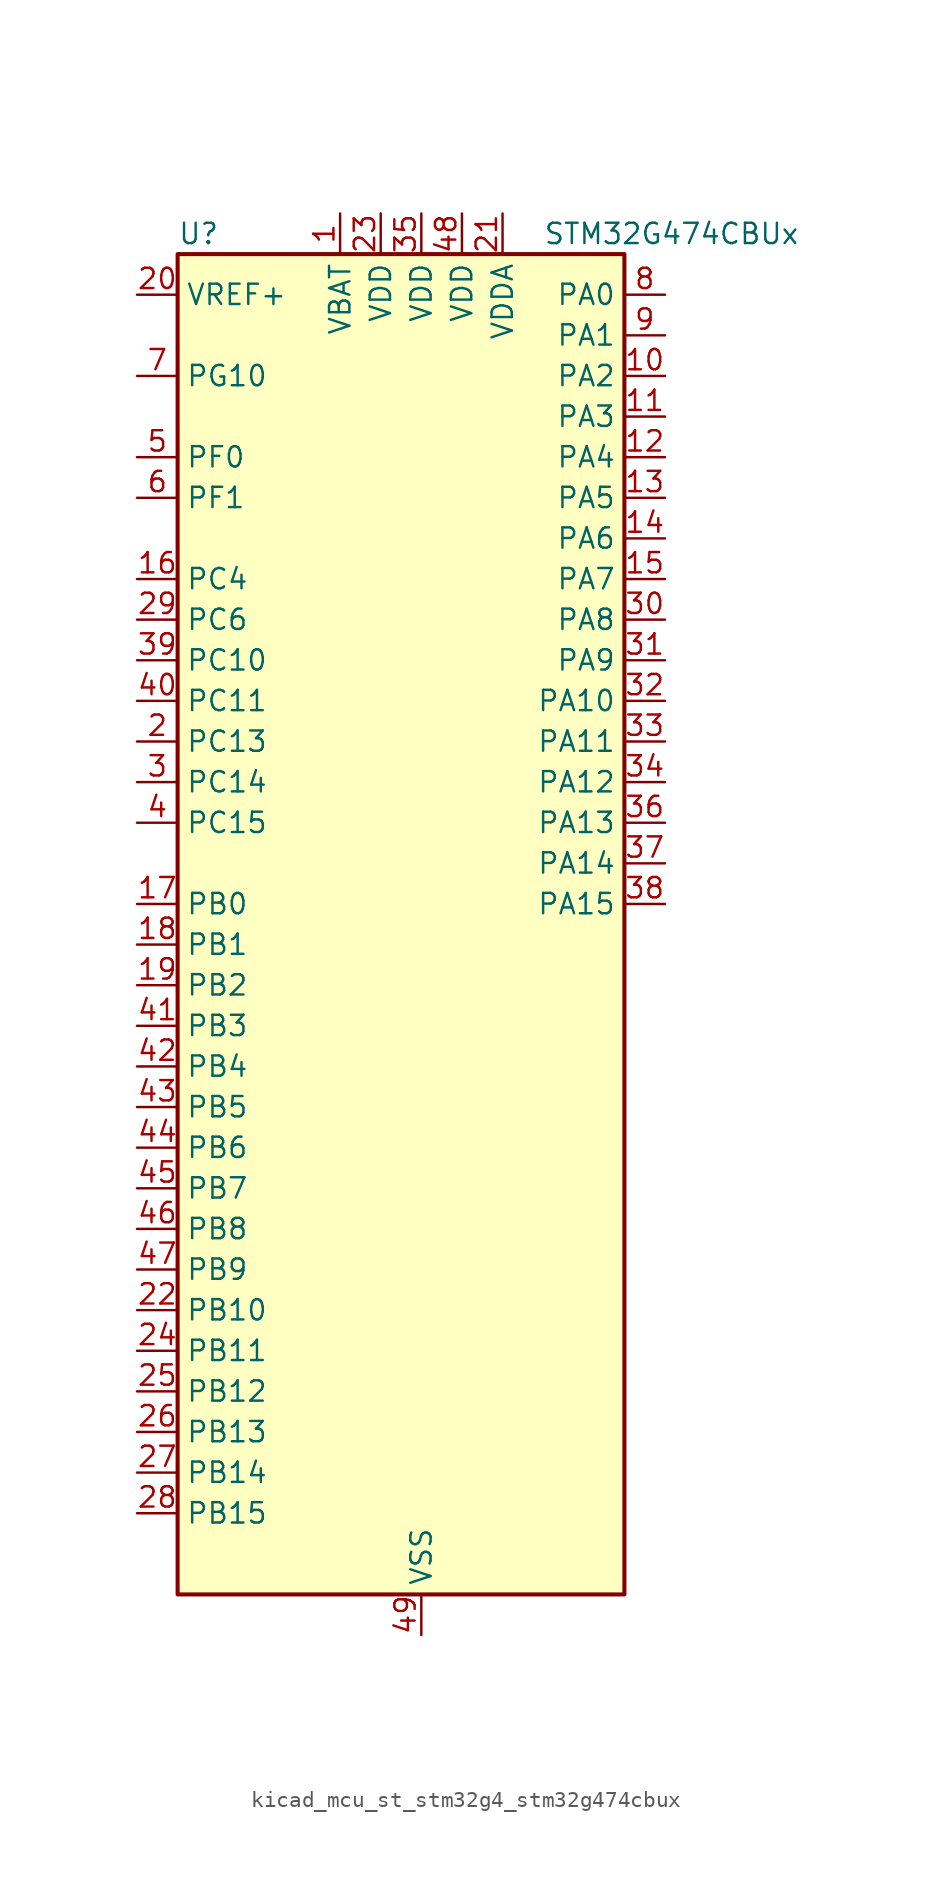
<source format=kicad_sym>
(kicad_symbol_lib
  (version 20220914)
  (generator kicad_symbol_editor)
  (symbol "kicad_mcu_st_stm32g4_stm32g474cbux"
    (property "Reference" "U"
      (at -12.7 44.45 0)
      (effects (font (size 1.27 1.27)) (justify left)))
    (property "Value" "STM32G474CBUx"
      (at 10.16 44.45 0)
      (effects (font (size 1.27 1.27)) (justify left)))
    (property "ki_locked" ""
      (at 0 0 0)
      (effects (font (size 1.27 1.27))))
    (symbol "kicad_mcu_st_stm32g4_stm32g474cbux_0_1"
      (rectangle (start -12.7 -40.64) (end 15.24 43.18) (stroke (width 0.254) (type default)) (fill (type background))))
    (symbol "kicad_mcu_st_stm32g4_stm32g474cbux_1_1"
      (pin power_in line (at -2.54 45.72 270) (length 2.54) (name "VBAT" (effects (font (size 1.27 1.27)))) (number "1" (effects (font (size 1.27 1.27)))))
      (pin bidirectional line (at 17.78 35.56 180) (length 2.54) (name "PA2" (effects (font (size 1.27 1.27)))) (number "10" (effects (font (size 1.27 1.27)))) (alternate "ADC1_IN3" bidirectional line) (alternate "ADC3_EXTI2" bidirectional line) (alternate "ADC4_EXTI2" bidirectional line) (alternate "ADC5_EXTI2" bidirectional line) (alternate "COMP2_INM" bidirectional line) (alternate "COMP2_OUT" bidirectional line) (alternate "LPUART1_TX" bidirectional line) (alternate "OPAMP1_VOUT" bidirectional line) (alternate "QUADSPI1_BK1_NCS" bidirectional line) (alternate "RCC_LSCO" bidirectional line) (alternate "SYS_WKUP4" bidirectional line) (alternate "TIM15_CH1" bidirectional line) (alternate "TIM2_CH3" bidirectional line) (alternate "TIM5_CH3" bidirectional line) (alternate "UCPD1_FRSTX1" bidirectional line) (alternate "UCPD1_FRSTX2" bidirectional line) (alternate "USART2_TX" bidirectional line))
      (pin bidirectional line (at 17.78 33.02 180) (length 2.54) (name "PA3" (effects (font (size 1.27 1.27)))) (number "11" (effects (font (size 1.27 1.27)))) (alternate "ADC1_IN4" bidirectional line) (alternate "ADC3_EXTI3" bidirectional line) (alternate "ADC4_EXTI3" bidirectional line) (alternate "ADC5_EXTI3" bidirectional line) (alternate "COMP2_INP" bidirectional line) (alternate "LPUART1_RX" bidirectional line) (alternate "OPAMP1_VINM" bidirectional line) (alternate "OPAMP1_VINM0" bidirectional line) (alternate "OPAMP1_VINM_SEC" bidirectional line) (alternate "OPAMP1_VINP" bidirectional line) (alternate "OPAMP1_VINP_SEC" bidirectional line) (alternate "OPAMP5_VINM" bidirectional line) (alternate "OPAMP5_VINM1" bidirectional line) (alternate "OPAMP5_VINM_SEC" bidirectional line) (alternate "QUADSPI1_CLK" bidirectional line) (alternate "SAI1_CK1" bidirectional line) (alternate "SAI1_MCLK_A" bidirectional line) (alternate "TIM15_CH2" bidirectional line) (alternate "TIM2_CH4" bidirectional line) (alternate "TIM5_CH4" bidirectional line) (alternate "USART2_RX" bidirectional line))
      (pin bidirectional line (at 17.78 30.48 180) (length 2.54) (name "PA4" (effects (font (size 1.27 1.27)))) (number "12" (effects (font (size 1.27 1.27)))) (alternate "ADC2_IN17" bidirectional line) (alternate "COMP1_INM" bidirectional line) (alternate "DAC1_OUT1" bidirectional line) (alternate "I2S3_WS" bidirectional line) (alternate "SAI1_FS_B" bidirectional line) (alternate "SPI1_NSS" bidirectional line) (alternate "SPI3_NSS" bidirectional line) (alternate "TIM3_CH2" bidirectional line) (alternate "USART2_CK" bidirectional line))
      (pin bidirectional line (at 17.78 27.94 180) (length 2.54) (name "PA5" (effects (font (size 1.27 1.27)))) (number "13" (effects (font (size 1.27 1.27)))) (alternate "ADC2_IN13" bidirectional line) (alternate "COMP2_INM" bidirectional line) (alternate "DAC1_OUT2" bidirectional line) (alternate "OPAMP2_VINM" bidirectional line) (alternate "OPAMP2_VINM0" bidirectional line) (alternate "OPAMP2_VINM_SEC" bidirectional line) (alternate "SPI1_SCK" bidirectional line) (alternate "TIM2_CH1" bidirectional line) (alternate "TIM2_ETR" bidirectional line) (alternate "UCPD1_FRSTX1" bidirectional line) (alternate "UCPD1_FRSTX2" bidirectional line))
      (pin bidirectional line (at 17.78 25.4 180) (length 2.54) (name "PA6" (effects (font (size 1.27 1.27)))) (number "14" (effects (font (size 1.27 1.27)))) (alternate "ADC2_IN3" bidirectional line) (alternate "COMP1_OUT" bidirectional line) (alternate "DAC2_OUT1" bidirectional line) (alternate "LPUART1_CTS" bidirectional line) (alternate "OPAMP2_VOUT" bidirectional line) (alternate "QUADSPI1_BK1_IO3" bidirectional line) (alternate "SPI1_MISO" bidirectional line) (alternate "TIM16_CH1" bidirectional line) (alternate "TIM1_BKIN" bidirectional line) (alternate "TIM3_CH1" bidirectional line) (alternate "TIM8_BKIN" bidirectional line))
      (pin bidirectional line (at 17.78 22.86 180) (length 2.54) (name "PA7" (effects (font (size 1.27 1.27)))) (number "15" (effects (font (size 1.27 1.27)))) (alternate "ADC2_IN4" bidirectional line) (alternate "COMP2_INP" bidirectional line) (alternate "COMP2_OUT" bidirectional line) (alternate "OPAMP1_VINP" bidirectional line) (alternate "OPAMP1_VINP_SEC" bidirectional line) (alternate "OPAMP2_VINP" bidirectional line) (alternate "OPAMP2_VINP_SEC" bidirectional line) (alternate "QUADSPI1_BK1_IO2" bidirectional line) (alternate "SPI1_MOSI" bidirectional line) (alternate "TIM17_CH1" bidirectional line) (alternate "TIM1_CH1N" bidirectional line) (alternate "TIM3_CH2" bidirectional line) (alternate "TIM8_CH1N" bidirectional line) (alternate "UCPD1_FRSTX1" bidirectional line) (alternate "UCPD1_FRSTX2" bidirectional line))
      (pin bidirectional line (at -15.24 22.86 0) (length 2.54) (name "PC4" (effects (font (size 1.27 1.27)))) (number "16" (effects (font (size 1.27 1.27)))) (alternate "ADC2_IN5" bidirectional line) (alternate "I2C2_SCL" bidirectional line) (alternate "QUADSPI1_BK2_IO3" bidirectional line) (alternate "TIM1_ETR" bidirectional line) (alternate "USART1_TX" bidirectional line))
      (pin bidirectional line (at -15.24 2.54 0) (length 2.54) (name "PB0" (effects (font (size 1.27 1.27)))) (number "17" (effects (font (size 1.27 1.27)))) (alternate "ADC1_IN15" bidirectional line) (alternate "ADC3_IN12" bidirectional line) (alternate "COMP4_INP" bidirectional line) (alternate "HRTIM1_FLT5" bidirectional line) (alternate "OPAMP2_VINP" bidirectional line) (alternate "OPAMP2_VINP_SEC" bidirectional line) (alternate "OPAMP3_VINP" bidirectional line) (alternate "OPAMP3_VINP_SEC" bidirectional line) (alternate "QUADSPI1_BK1_IO1" bidirectional line) (alternate "TIM1_CH2N" bidirectional line) (alternate "TIM3_CH3" bidirectional line) (alternate "TIM8_CH2N" bidirectional line) (alternate "UCPD1_FRSTX1" bidirectional line) (alternate "UCPD1_FRSTX2" bidirectional line))
      (pin bidirectional line (at -15.24 0 0) (length 2.54) (name "PB1" (effects (font (size 1.27 1.27)))) (number "18" (effects (font (size 1.27 1.27)))) (alternate "ADC1_IN12" bidirectional line) (alternate "ADC3_IN1" bidirectional line) (alternate "COMP1_INP" bidirectional line) (alternate "COMP4_OUT" bidirectional line) (alternate "HRTIM1_SCOUT" bidirectional line) (alternate "LPUART1_DE" bidirectional line) (alternate "LPUART1_RTS" bidirectional line) (alternate "OPAMP3_VOUT" bidirectional line) (alternate "OPAMP6_VINM" bidirectional line) (alternate "OPAMP6_VINM1" bidirectional line) (alternate "OPAMP6_VINM_SEC" bidirectional line) (alternate "QUADSPI1_BK1_IO0" bidirectional line) (alternate "TIM1_CH3N" bidirectional line) (alternate "TIM3_CH4" bidirectional line) (alternate "TIM8_CH3N" bidirectional line))
      (pin bidirectional line (at -15.24 -2.54 0) (length 2.54) (name "PB2" (effects (font (size 1.27 1.27)))) (number "19" (effects (font (size 1.27 1.27)))) (alternate "ADC2_IN12" bidirectional line) (alternate "ADC3_EXTI2" bidirectional line) (alternate "ADC4_EXTI2" bidirectional line) (alternate "ADC5_EXTI2" bidirectional line) (alternate "COMP4_INM" bidirectional line) (alternate "HRTIM1_SCIN" bidirectional line) (alternate "I2C3_SMBA" bidirectional line) (alternate "LPTIM1_OUT" bidirectional line) (alternate "OPAMP3_VINM" bidirectional line) (alternate "OPAMP3_VINM0" bidirectional line) (alternate "OPAMP3_VINM_SEC" bidirectional line) (alternate "QUADSPI1_BK2_IO1" bidirectional line) (alternate "RTC_OUT2" bidirectional line) (alternate "TIM20_CH1" bidirectional line) (alternate "TIM5_CH1" bidirectional line))
      (pin bidirectional line (at -15.24 12.7 0) (length 2.54) (name "PC13" (effects (font (size 1.27 1.27)))) (number "2" (effects (font (size 1.27 1.27)))) (alternate "RTC_OUT1" bidirectional line) (alternate "RTC_TAMP1" bidirectional line) (alternate "RTC_TS" bidirectional line) (alternate "SYS_WKUP2" bidirectional line) (alternate "TIM1_BKIN" bidirectional line) (alternate "TIM1_CH1N" bidirectional line) (alternate "TIM8_CH4N" bidirectional line))
      (pin input line (at -15.24 40.64 0) (length 2.54) (name "VREF+" (effects (font (size 1.27 1.27)))) (number "20" (effects (font (size 1.27 1.27)))) (alternate "VREFBUF_OUT" bidirectional line))
      (pin power_in line (at 7.62 45.72 270) (length 2.54) (name "VDDA" (effects (font (size 1.27 1.27)))) (number "21" (effects (font (size 1.27 1.27)))))
      (pin bidirectional line (at -15.24 -22.86 0) (length 2.54) (name "PB10" (effects (font (size 1.27 1.27)))) (number "22" (effects (font (size 1.27 1.27)))) (alternate "COMP5_INM" bidirectional line) (alternate "DAC1_EXTI10" bidirectional line) (alternate "DAC2_EXTI10" bidirectional line) (alternate "DAC3_EXTI10" bidirectional line) (alternate "DAC4_EXTI10" bidirectional line) (alternate "HRTIM1_FLT3" bidirectional line) (alternate "LPUART1_RX" bidirectional line) (alternate "OPAMP3_VINM" bidirectional line) (alternate "OPAMP3_VINM1" bidirectional line) (alternate "OPAMP3_VINM_SEC" bidirectional line) (alternate "OPAMP4_VINM" bidirectional line) (alternate "OPAMP4_VINM0" bidirectional line) (alternate "OPAMP4_VINM_SEC" bidirectional line) (alternate "QUADSPI1_CLK" bidirectional line) (alternate "SAI1_SCK_A" bidirectional line) (alternate "TIM1_BKIN" bidirectional line) (alternate "TIM2_CH3" bidirectional line) (alternate "USART3_TX" bidirectional line))
      (pin power_in line (at 0 45.72 270) (length 2.54) (name "VDD" (effects (font (size 1.27 1.27)))) (number "23" (effects (font (size 1.27 1.27)))))
      (pin bidirectional line (at -15.24 -25.4 0) (length 2.54) (name "PB11" (effects (font (size 1.27 1.27)))) (number "24" (effects (font (size 1.27 1.27)))) (alternate "ADC1_EXTI11" bidirectional line) (alternate "ADC1_IN14" bidirectional line) (alternate "ADC2_EXTI11" bidirectional line) (alternate "ADC2_IN14" bidirectional line) (alternate "COMP6_INP" bidirectional line) (alternate "HRTIM1_FLT4" bidirectional line) (alternate "LPUART1_TX" bidirectional line) (alternate "OPAMP4_VINP" bidirectional line) (alternate "OPAMP4_VINP_SEC" bidirectional line) (alternate "OPAMP6_VOUT" bidirectional line) (alternate "QUADSPI1_BK1_NCS" bidirectional line) (alternate "TIM2_CH4" bidirectional line) (alternate "USART3_RX" bidirectional line))
      (pin bidirectional line (at -15.24 -27.94 0) (length 2.54) (name "PB12" (effects (font (size 1.27 1.27)))) (number "25" (effects (font (size 1.27 1.27)))) (alternate "ADC1_IN11" bidirectional line) (alternate "ADC4_IN3" bidirectional line) (alternate "COMP7_INM" bidirectional line) (alternate "FDCAN2_RX" bidirectional line) (alternate "HRTIM1_CHC1" bidirectional line) (alternate "I2C2_SMBA" bidirectional line) (alternate "I2S2_WS" bidirectional line) (alternate "LPUART1_DE" bidirectional line) (alternate "LPUART1_RTS" bidirectional line) (alternate "OPAMP4_VOUT" bidirectional line) (alternate "OPAMP6_VINP" bidirectional line) (alternate "OPAMP6_VINP_SEC" bidirectional line) (alternate "SPI2_NSS" bidirectional line) (alternate "TIM1_BKIN" bidirectional line) (alternate "TIM5_ETR" bidirectional line) (alternate "USART3_CK" bidirectional line))
      (pin bidirectional line (at -15.24 -30.48 0) (length 2.54) (name "PB13" (effects (font (size 1.27 1.27)))) (number "26" (effects (font (size 1.27 1.27)))) (alternate "ADC3_IN5" bidirectional line) (alternate "COMP5_INP" bidirectional line) (alternate "FDCAN2_TX" bidirectional line) (alternate "HRTIM1_CHC2" bidirectional line) (alternate "I2S2_CK" bidirectional line) (alternate "LPUART1_CTS" bidirectional line) (alternate "OPAMP3_VINP" bidirectional line) (alternate "OPAMP3_VINP_SEC" bidirectional line) (alternate "OPAMP4_VINP" bidirectional line) (alternate "OPAMP4_VINP_SEC" bidirectional line) (alternate "OPAMP6_VINP" bidirectional line) (alternate "OPAMP6_VINP_SEC" bidirectional line) (alternate "SPI2_SCK" bidirectional line) (alternate "TIM1_CH1N" bidirectional line) (alternate "USART3_CTS" bidirectional line) (alternate "USART3_NSS" bidirectional line))
      (pin bidirectional line (at -15.24 -33.02 0) (length 2.54) (name "PB14" (effects (font (size 1.27 1.27)))) (number "27" (effects (font (size 1.27 1.27)))) (alternate "ADC1_IN5" bidirectional line) (alternate "ADC4_IN4" bidirectional line) (alternate "COMP4_OUT" bidirectional line) (alternate "COMP7_INP" bidirectional line) (alternate "HRTIM1_CHD1" bidirectional line) (alternate "OPAMP2_VINP" bidirectional line) (alternate "OPAMP2_VINP_SEC" bidirectional line) (alternate "OPAMP5_VINP" bidirectional line) (alternate "OPAMP5_VINP_SEC" bidirectional line) (alternate "SPI2_MISO" bidirectional line) (alternate "TIM15_CH1" bidirectional line) (alternate "TIM1_CH2N" bidirectional line) (alternate "USART3_DE" bidirectional line) (alternate "USART3_RTS" bidirectional line))
      (pin bidirectional line (at -15.24 -35.56 0) (length 2.54) (name "PB15" (effects (font (size 1.27 1.27)))) (number "28" (effects (font (size 1.27 1.27)))) (alternate "ADC1_EXTI15" bidirectional line) (alternate "ADC2_EXTI15" bidirectional line) (alternate "ADC2_IN15" bidirectional line) (alternate "ADC4_IN5" bidirectional line) (alternate "COMP3_OUT" bidirectional line) (alternate "COMP6_INM" bidirectional line) (alternate "HRTIM1_CHD2" bidirectional line) (alternate "I2S2_SD" bidirectional line) (alternate "OPAMP5_VINM" bidirectional line) (alternate "OPAMP5_VINM0" bidirectional line) (alternate "OPAMP5_VINM_SEC" bidirectional line) (alternate "RTC_REFIN" bidirectional line) (alternate "SPI2_MOSI" bidirectional line) (alternate "TIM15_CH1N" bidirectional line) (alternate "TIM15_CH2" bidirectional line) (alternate "TIM1_CH3N" bidirectional line))
      (pin bidirectional line (at -15.24 20.32 0) (length 2.54) (name "PC6" (effects (font (size 1.27 1.27)))) (number "29" (effects (font (size 1.27 1.27)))) (alternate "COMP6_OUT" bidirectional line) (alternate "HRTIM1_CHF1" bidirectional line) (alternate "HRTIM1_EEV10" bidirectional line) (alternate "I2C4_SCL" bidirectional line) (alternate "I2S2_MCK" bidirectional line) (alternate "TIM3_CH1" bidirectional line) (alternate "TIM8_CH1" bidirectional line))
      (pin bidirectional line (at -15.24 10.16 0) (length 2.54) (name "PC14" (effects (font (size 1.27 1.27)))) (number "3" (effects (font (size 1.27 1.27)))) (alternate "RCC_OSC32_IN" bidirectional line))
      (pin bidirectional line (at 17.78 20.32 180) (length 2.54) (name "PA8" (effects (font (size 1.27 1.27)))) (number "30" (effects (font (size 1.27 1.27)))) (alternate "ADC5_IN1" bidirectional line) (alternate "COMP7_OUT" bidirectional line) (alternate "FDCAN3_RX" bidirectional line) (alternate "HRTIM1_CHA1" bidirectional line) (alternate "I2C2_SDA" bidirectional line) (alternate "I2C3_SCL" bidirectional line) (alternate "I2S2_MCK" bidirectional line) (alternate "OPAMP5_VOUT" bidirectional line) (alternate "RCC_MCO" bidirectional line) (alternate "SAI1_CK2" bidirectional line) (alternate "SAI1_SCK_A" bidirectional line) (alternate "TIM1_CH1" bidirectional line) (alternate "TIM4_ETR" bidirectional line) (alternate "USART1_CK" bidirectional line))
      (pin bidirectional line (at 17.78 17.78 180) (length 2.54) (name "PA9" (effects (font (size 1.27 1.27)))) (number "31" (effects (font (size 1.27 1.27)))) (alternate "ADC5_IN2" bidirectional line) (alternate "COMP5_OUT" bidirectional line) (alternate "DAC1_EXTI9" bidirectional line) (alternate "DAC2_EXTI9" bidirectional line) (alternate "DAC3_EXTI9" bidirectional line) (alternate "DAC4_EXTI9" bidirectional line) (alternate "HRTIM1_CHA2" bidirectional line) (alternate "I2C2_SCL" bidirectional line) (alternate "I2C3_SMBA" bidirectional line) (alternate "I2S3_MCK" bidirectional line) (alternate "SAI1_FS_A" bidirectional line) (alternate "TIM15_BKIN" bidirectional line) (alternate "TIM1_CH2" bidirectional line) (alternate "TIM2_CH3" bidirectional line) (alternate "UCPD1_DBCC1" bidirectional line) (alternate "USART1_TX" bidirectional line))
      (pin bidirectional line (at 17.78 15.24 180) (length 2.54) (name "PA10" (effects (font (size 1.27 1.27)))) (number "32" (effects (font (size 1.27 1.27)))) (alternate "COMP6_OUT" bidirectional line) (alternate "CRS_SYNC" bidirectional line) (alternate "DAC1_EXTI10" bidirectional line) (alternate "DAC2_EXTI10" bidirectional line) (alternate "DAC3_EXTI10" bidirectional line) (alternate "DAC4_EXTI10" bidirectional line) (alternate "HRTIM1_CHB1" bidirectional line) (alternate "I2C2_SMBA" bidirectional line) (alternate "SAI1_D1" bidirectional line) (alternate "SAI1_SD_A" bidirectional line) (alternate "SPI2_MISO" bidirectional line) (alternate "TIM17_BKIN" bidirectional line) (alternate "TIM1_CH3" bidirectional line) (alternate "TIM2_CH4" bidirectional line) (alternate "TIM8_BKIN" bidirectional line) (alternate "UCPD1_DBCC2" bidirectional line) (alternate "USART1_RX" bidirectional line))
      (pin bidirectional line (at 17.78 12.7 180) (length 2.54) (name "PA11" (effects (font (size 1.27 1.27)))) (number "33" (effects (font (size 1.27 1.27)))) (alternate "ADC1_EXTI11" bidirectional line) (alternate "ADC2_EXTI11" bidirectional line) (alternate "COMP1_OUT" bidirectional line) (alternate "FDCAN1_RX" bidirectional line) (alternate "HRTIM1_CHB2" bidirectional line) (alternate "I2S2_SD" bidirectional line) (alternate "SPI2_MOSI" bidirectional line) (alternate "TIM1_BKIN2" bidirectional line) (alternate "TIM1_CH1N" bidirectional line) (alternate "TIM1_CH4" bidirectional line) (alternate "TIM4_CH1" bidirectional line) (alternate "USART1_CTS" bidirectional line) (alternate "USART1_NSS" bidirectional line) (alternate "USB_DM" bidirectional line))
      (pin bidirectional line (at 17.78 10.16 180) (length 2.54) (name "PA12" (effects (font (size 1.27 1.27)))) (number "34" (effects (font (size 1.27 1.27)))) (alternate "COMP2_OUT" bidirectional line) (alternate "FDCAN1_TX" bidirectional line) (alternate "HRTIM1_FLT1" bidirectional line) (alternate "I2S_CKIN" bidirectional line) (alternate "TIM16_CH1" bidirectional line) (alternate "TIM1_CH2N" bidirectional line) (alternate "TIM1_ETR" bidirectional line) (alternate "TIM4_CH2" bidirectional line) (alternate "USART1_DE" bidirectional line) (alternate "USART1_RTS" bidirectional line) (alternate "USB_DP" bidirectional line))
      (pin power_in line (at 2.54 45.72 270) (length 2.54) (name "VDD" (effects (font (size 1.27 1.27)))) (number "35" (effects (font (size 1.27 1.27)))))
      (pin bidirectional line (at 17.78 7.62 180) (length 2.54) (name "PA13" (effects (font (size 1.27 1.27)))) (number "36" (effects (font (size 1.27 1.27)))) (alternate "I2C1_SCL" bidirectional line) (alternate "I2C4_SCL" bidirectional line) (alternate "IR_OUT" bidirectional line) (alternate "SAI1_SD_B" bidirectional line) (alternate "SYS_JTMS-SWDIO" bidirectional line) (alternate "TIM16_CH1N" bidirectional line) (alternate "TIM4_CH3" bidirectional line) (alternate "USART3_CTS" bidirectional line) (alternate "USART3_NSS" bidirectional line))
      (pin bidirectional line (at 17.78 5.08 180) (length 2.54) (name "PA14" (effects (font (size 1.27 1.27)))) (number "37" (effects (font (size 1.27 1.27)))) (alternate "I2C1_SDA" bidirectional line) (alternate "I2C4_SMBA" bidirectional line) (alternate "LPTIM1_OUT" bidirectional line) (alternate "SAI1_FS_B" bidirectional line) (alternate "SYS_JTCK-SWCLK" bidirectional line) (alternate "TIM1_BKIN" bidirectional line) (alternate "TIM8_CH2" bidirectional line) (alternate "USART2_TX" bidirectional line))
      (pin bidirectional line (at 17.78 2.54 180) (length 2.54) (name "PA15" (effects (font (size 1.27 1.27)))) (number "38" (effects (font (size 1.27 1.27)))) (alternate "ADC1_EXTI15" bidirectional line) (alternate "ADC2_EXTI15" bidirectional line) (alternate "FDCAN3_TX" bidirectional line) (alternate "HRTIM1_FLT2" bidirectional line) (alternate "I2C1_SCL" bidirectional line) (alternate "I2S3_WS" bidirectional line) (alternate "SPI1_NSS" bidirectional line) (alternate "SPI3_NSS" bidirectional line) (alternate "SYS_JTDI" bidirectional line) (alternate "TIM1_BKIN" bidirectional line) (alternate "TIM2_CH1" bidirectional line) (alternate "TIM2_ETR" bidirectional line) (alternate "TIM8_CH1" bidirectional line) (alternate "UART4_DE" bidirectional line) (alternate "UART4_RTS" bidirectional line) (alternate "USART2_RX" bidirectional line))
      (pin bidirectional line (at -15.24 17.78 0) (length 2.54) (name "PC10" (effects (font (size 1.27 1.27)))) (number "39" (effects (font (size 1.27 1.27)))) (alternate "DAC1_EXTI10" bidirectional line) (alternate "DAC2_EXTI10" bidirectional line) (alternate "DAC3_EXTI10" bidirectional line) (alternate "DAC4_EXTI10" bidirectional line) (alternate "HRTIM1_FLT6" bidirectional line) (alternate "I2S3_CK" bidirectional line) (alternate "SPI3_SCK" bidirectional line) (alternate "TIM8_CH1N" bidirectional line) (alternate "UART4_TX" bidirectional line) (alternate "USART3_TX" bidirectional line))
      (pin bidirectional line (at -15.24 7.62 0) (length 2.54) (name "PC15" (effects (font (size 1.27 1.27)))) (number "4" (effects (font (size 1.27 1.27)))) (alternate "ADC1_EXTI15" bidirectional line) (alternate "ADC2_EXTI15" bidirectional line) (alternate "RCC_OSC32_OUT" bidirectional line))
      (pin bidirectional line (at -15.24 15.24 0) (length 2.54) (name "PC11" (effects (font (size 1.27 1.27)))) (number "40" (effects (font (size 1.27 1.27)))) (alternate "ADC1_EXTI11" bidirectional line) (alternate "ADC2_EXTI11" bidirectional line) (alternate "HRTIM1_EEV2" bidirectional line) (alternate "I2C3_SDA" bidirectional line) (alternate "SPI3_MISO" bidirectional line) (alternate "TIM8_CH2N" bidirectional line) (alternate "UART4_RX" bidirectional line) (alternate "USART3_RX" bidirectional line))
      (pin bidirectional line (at -15.24 -5.08 0) (length 2.54) (name "PB3" (effects (font (size 1.27 1.27)))) (number "41" (effects (font (size 1.27 1.27)))) (alternate "ADC3_EXTI3" bidirectional line) (alternate "ADC4_EXTI3" bidirectional line) (alternate "ADC5_EXTI3" bidirectional line) (alternate "CRS_SYNC" bidirectional line) (alternate "FDCAN3_RX" bidirectional line) (alternate "HRTIM1_EEV9" bidirectional line) (alternate "HRTIM1_SCOUT" bidirectional line) (alternate "I2S3_CK" bidirectional line) (alternate "SAI1_SCK_B" bidirectional line) (alternate "SPI1_SCK" bidirectional line) (alternate "SPI3_SCK" bidirectional line) (alternate "SYS_JTDO-SWO" bidirectional line) (alternate "TIM2_CH2" bidirectional line) (alternate "TIM3_ETR" bidirectional line) (alternate "TIM4_ETR" bidirectional line) (alternate "TIM8_CH1N" bidirectional line) (alternate "USART2_TX" bidirectional line))
      (pin bidirectional line (at -15.24 -7.62 0) (length 2.54) (name "PB4" (effects (font (size 1.27 1.27)))) (number "42" (effects (font (size 1.27 1.27)))) (alternate "FDCAN3_TX" bidirectional line) (alternate "HRTIM1_EEV7" bidirectional line) (alternate "SAI1_MCLK_B" bidirectional line) (alternate "SPI1_MISO" bidirectional line) (alternate "SPI3_MISO" bidirectional line) (alternate "SYS_JTRST" bidirectional line) (alternate "TIM16_CH1" bidirectional line) (alternate "TIM17_BKIN" bidirectional line) (alternate "TIM3_CH1" bidirectional line) (alternate "TIM8_CH2N" bidirectional line) (alternate "UCPD1_CC2" bidirectional line) (alternate "USART2_RX" bidirectional line))
      (pin bidirectional line (at -15.24 -10.16 0) (length 2.54) (name "PB5" (effects (font (size 1.27 1.27)))) (number "43" (effects (font (size 1.27 1.27)))) (alternate "FDCAN2_RX" bidirectional line) (alternate "HRTIM1_EEV6" bidirectional line) (alternate "I2C1_SMBA" bidirectional line) (alternate "I2C3_SDA" bidirectional line) (alternate "I2S3_SD" bidirectional line) (alternate "LPTIM1_IN1" bidirectional line) (alternate "SAI1_SD_B" bidirectional line) (alternate "SPI1_MOSI" bidirectional line) (alternate "SPI3_MOSI" bidirectional line) (alternate "TIM16_BKIN" bidirectional line) (alternate "TIM17_CH1" bidirectional line) (alternate "TIM3_CH2" bidirectional line) (alternate "TIM8_CH3N" bidirectional line) (alternate "USART2_CK" bidirectional line))
      (pin bidirectional line (at -15.24 -12.7 0) (length 2.54) (name "PB6" (effects (font (size 1.27 1.27)))) (number "44" (effects (font (size 1.27 1.27)))) (alternate "COMP4_OUT" bidirectional line) (alternate "FDCAN2_TX" bidirectional line) (alternate "HRTIM1_EEV4" bidirectional line) (alternate "HRTIM1_SCIN" bidirectional line) (alternate "LPTIM1_ETR" bidirectional line) (alternate "SAI1_FS_B" bidirectional line) (alternate "TIM16_CH1N" bidirectional line) (alternate "TIM4_CH1" bidirectional line) (alternate "TIM8_BKIN2" bidirectional line) (alternate "TIM8_CH1" bidirectional line) (alternate "TIM8_ETR" bidirectional line) (alternate "UCPD1_CC1" bidirectional line) (alternate "USART1_TX" bidirectional line))
      (pin bidirectional line (at -15.24 -15.24 0) (length 2.54) (name "PB7" (effects (font (size 1.27 1.27)))) (number "45" (effects (font (size 1.27 1.27)))) (alternate "COMP3_OUT" bidirectional line) (alternate "HRTIM1_EEV3" bidirectional line) (alternate "I2C1_SDA" bidirectional line) (alternate "I2C4_SDA" bidirectional line) (alternate "LPTIM1_IN2" bidirectional line) (alternate "SYS_PVD_IN" bidirectional line) (alternate "TIM17_CH1N" bidirectional line) (alternate "TIM3_CH4" bidirectional line) (alternate "TIM4_CH2" bidirectional line) (alternate "TIM8_BKIN" bidirectional line) (alternate "UART4_CTS" bidirectional line) (alternate "USART1_RX" bidirectional line))
      (pin bidirectional line (at -15.24 -17.78 0) (length 2.54) (name "PB8" (effects (font (size 1.27 1.27)))) (number "46" (effects (font (size 1.27 1.27)))) (alternate "COMP1_OUT" bidirectional line) (alternate "FDCAN1_RX" bidirectional line) (alternate "HRTIM1_EEV8" bidirectional line) (alternate "I2C1_SCL" bidirectional line) (alternate "SAI1_CK1" bidirectional line) (alternate "SAI1_MCLK_A" bidirectional line) (alternate "TIM16_CH1" bidirectional line) (alternate "TIM1_BKIN" bidirectional line) (alternate "TIM4_CH3" bidirectional line) (alternate "TIM8_CH2" bidirectional line) (alternate "USART3_RX" bidirectional line))
      (pin bidirectional line (at -15.24 -20.32 0) (length 2.54) (name "PB9" (effects (font (size 1.27 1.27)))) (number "47" (effects (font (size 1.27 1.27)))) (alternate "COMP2_OUT" bidirectional line) (alternate "DAC1_EXTI9" bidirectional line) (alternate "DAC2_EXTI9" bidirectional line) (alternate "DAC3_EXTI9" bidirectional line) (alternate "DAC4_EXTI9" bidirectional line) (alternate "FDCAN1_TX" bidirectional line) (alternate "HRTIM1_EEV5" bidirectional line) (alternate "I2C1_SDA" bidirectional line) (alternate "IR_OUT" bidirectional line) (alternate "SAI1_D2" bidirectional line) (alternate "SAI1_FS_A" bidirectional line) (alternate "TIM17_CH1" bidirectional line) (alternate "TIM1_CH3N" bidirectional line) (alternate "TIM4_CH4" bidirectional line) (alternate "TIM8_CH3" bidirectional line) (alternate "USART3_TX" bidirectional line))
      (pin power_in line (at 5.08 45.72 270) (length 2.54) (name "VDD" (effects (font (size 1.27 1.27)))) (number "48" (effects (font (size 1.27 1.27)))))
      (pin power_in line (at 2.54 -43.18 90) (length 2.54) (name "VSS" (effects (font (size 1.27 1.27)))) (number "49" (effects (font (size 1.27 1.27)))))
      (pin bidirectional line (at -15.24 30.48 0) (length 2.54) (name "PF0" (effects (font (size 1.27 1.27)))) (number "5" (effects (font (size 1.27 1.27)))) (alternate "ADC1_IN10" bidirectional line) (alternate "I2C2_SDA" bidirectional line) (alternate "I2S2_WS" bidirectional line) (alternate "RCC_OSC_IN" bidirectional line) (alternate "SPI2_NSS" bidirectional line) (alternate "TIM1_CH3N" bidirectional line))
      (pin bidirectional line (at -15.24 27.94 0) (length 2.54) (name "PF1" (effects (font (size 1.27 1.27)))) (number "6" (effects (font (size 1.27 1.27)))) (alternate "ADC2_IN10" bidirectional line) (alternate "COMP3_INM" bidirectional line) (alternate "I2S2_CK" bidirectional line) (alternate "RCC_OSC_OUT" bidirectional line) (alternate "SPI2_SCK" bidirectional line))
      (pin bidirectional line (at -15.24 35.56 0) (length 2.54) (name "PG10" (effects (font (size 1.27 1.27)))) (number "7" (effects (font (size 1.27 1.27)))) (alternate "DAC1_EXTI10" bidirectional line) (alternate "DAC2_EXTI10" bidirectional line) (alternate "DAC3_EXTI10" bidirectional line) (alternate "DAC4_EXTI10" bidirectional line) (alternate "RCC_MCO" bidirectional line))
      (pin bidirectional line (at 17.78 40.64 180) (length 2.54) (name "PA0" (effects (font (size 1.27 1.27)))) (number "8" (effects (font (size 1.27 1.27)))) (alternate "ADC1_IN1" bidirectional line) (alternate "ADC2_IN1" bidirectional line) (alternate "COMP1_INM" bidirectional line) (alternate "COMP1_OUT" bidirectional line) (alternate "COMP3_INP" bidirectional line) (alternate "RTC_TAMP2" bidirectional line) (alternate "SYS_WKUP1" bidirectional line) (alternate "TIM2_CH1" bidirectional line) (alternate "TIM2_ETR" bidirectional line) (alternate "TIM5_CH1" bidirectional line) (alternate "TIM8_BKIN" bidirectional line) (alternate "TIM8_ETR" bidirectional line) (alternate "USART2_CTS" bidirectional line) (alternate "USART2_NSS" bidirectional line))
      (pin bidirectional line (at 17.78 38.1 180) (length 2.54) (name "PA1" (effects (font (size 1.27 1.27)))) (number "9" (effects (font (size 1.27 1.27)))) (alternate "ADC1_IN2" bidirectional line) (alternate "ADC2_IN2" bidirectional line) (alternate "COMP1_INP" bidirectional line) (alternate "OPAMP1_VINP" bidirectional line) (alternate "OPAMP1_VINP_SEC" bidirectional line) (alternate "OPAMP3_VINP" bidirectional line) (alternate "OPAMP3_VINP_SEC" bidirectional line) (alternate "OPAMP6_VINM" bidirectional line) (alternate "OPAMP6_VINM0" bidirectional line) (alternate "OPAMP6_VINM_SEC" bidirectional line) (alternate "RTC_REFIN" bidirectional line) (alternate "TIM15_CH1N" bidirectional line) (alternate "TIM2_CH2" bidirectional line) (alternate "TIM5_CH2" bidirectional line) (alternate "USART2_DE" bidirectional line) (alternate "USART2_RTS" bidirectional line)))))
</source>
